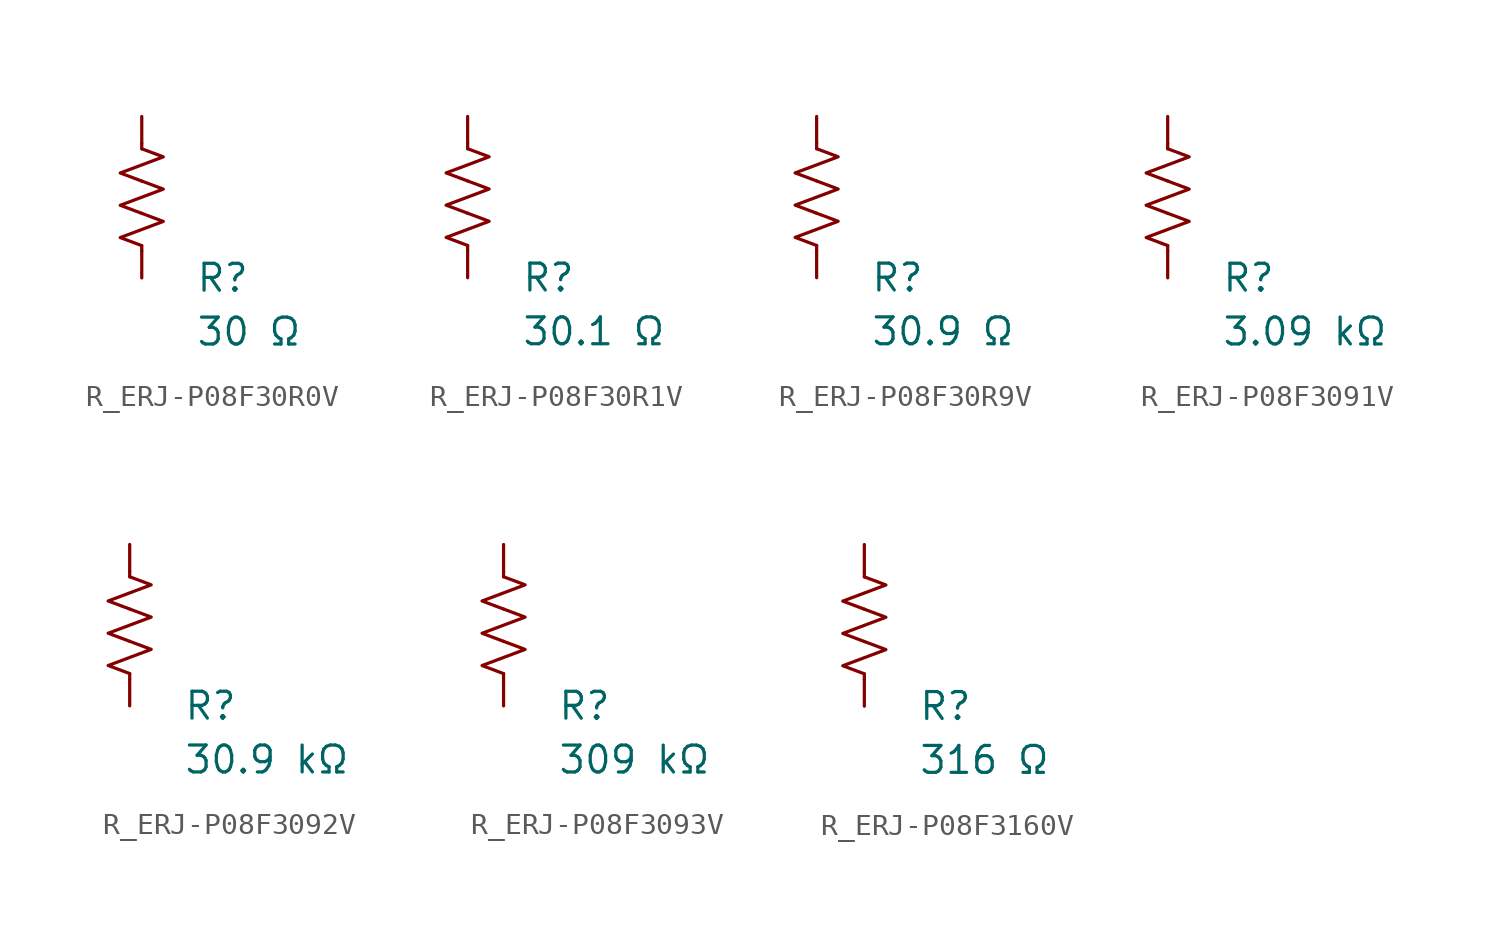
<source format=kicad_sym>
(kicad_symbol_lib
  (version 20231120)
  (generator "kicad_symbol_editor")
  (generator_version "8.0")
  (symbol "R_ERJ-P08F30R0V"
    (pin_numbers hide)
    (pin_names
      (offset 0))
    (property "Reference" "R"
      (at 2.54 -3.81 0)
      (effects (font (size 1.27 1.27)) (justify left))
      (show_name no))
    (property "Value" "30 Ω"
      (at 2.54 -6.35 0)
      (effects (font (size 1.27 1.27)) (justify left))
      (show_name no))
    (symbol "R_ERJ-P08F30R0V_0_1"
      (polyline (pts (xy 0 -2.286) (xy 0 -2.54)) (stroke (width 0) (type default)) (fill (type none)))
      (polyline (pts (xy 0 2.286) (xy 0 2.54)) (stroke (width 0) (type default)) (fill (type none)))
      (polyline (pts (xy 0 -0.762) (xy 1.016 -1.143) (xy 0 -1.524) (xy -1.016 -1.905) (xy 0 -2.286)) (stroke (width 0) (type default)) (fill (type none)))
      (polyline (pts (xy 0 0.762) (xy 1.016 0.381) (xy 0 0) (xy -1.016 -0.381) (xy 0 -0.762)) (stroke (width 0) (type default)) (fill (type none)))
      (polyline (pts (xy 0 2.286) (xy 1.016 1.905) (xy 0 1.524) (xy -1.016 1.143) (xy 0 0.762)) (stroke (width 0) (type default)) (fill (type none))))
    (symbol "R_ERJ-P08F30R0V_1_1"
      (pin passive line (at 0 3.81 270) (length 1.27) (name "~" (effects (font (size 1.27 1.27)))) (number "1" (effects (font (size 1.27 1.27)))))
      (pin passive line (at 0 -3.81 90) (length 1.27) (name "~" (effects (font (size 1.27 1.27)))) (number "2" (effects (font (size 1.27 1.27)))))))
  (symbol "R_ERJ-P08F30R1V"
    (pin_numbers hide)
    (pin_names
      (offset 0))
    (property "Reference" "R"
      (at 2.54 -3.81 0)
      (effects (font (size 1.27 1.27)) (justify left))
      (show_name no))
    (property "Value" "30.1 Ω"
      (at 2.54 -6.35 0)
      (effects (font (size 1.27 1.27)) (justify left))
      (show_name no))
    (symbol "R_ERJ-P08F30R1V_0_1"
      (polyline (pts (xy 0 -2.286) (xy 0 -2.54)) (stroke (width 0) (type default)) (fill (type none)))
      (polyline (pts (xy 0 2.286) (xy 0 2.54)) (stroke (width 0) (type default)) (fill (type none)))
      (polyline (pts (xy 0 -0.762) (xy 1.016 -1.143) (xy 0 -1.524) (xy -1.016 -1.905) (xy 0 -2.286)) (stroke (width 0) (type default)) (fill (type none)))
      (polyline (pts (xy 0 0.762) (xy 1.016 0.381) (xy 0 0) (xy -1.016 -0.381) (xy 0 -0.762)) (stroke (width 0) (type default)) (fill (type none)))
      (polyline (pts (xy 0 2.286) (xy 1.016 1.905) (xy 0 1.524) (xy -1.016 1.143) (xy 0 0.762)) (stroke (width 0) (type default)) (fill (type none))))
    (symbol "R_ERJ-P08F30R1V_1_1"
      (pin passive line (at 0 3.81 270) (length 1.27) (name "~" (effects (font (size 1.27 1.27)))) (number "1" (effects (font (size 1.27 1.27)))))
      (pin passive line (at 0 -3.81 90) (length 1.27) (name "~" (effects (font (size 1.27 1.27)))) (number "2" (effects (font (size 1.27 1.27)))))))
  (symbol "R_ERJ-P08F30R9V"
    (pin_numbers hide)
    (pin_names
      (offset 0))
    (property "Reference" "R"
      (at 2.54 -3.81 0)
      (effects (font (size 1.27 1.27)) (justify left))
      (show_name no))
    (property "Value" "30.9 Ω"
      (at 2.54 -6.35 0)
      (effects (font (size 1.27 1.27)) (justify left))
      (show_name no))
    (symbol "R_ERJ-P08F30R9V_0_1"
      (polyline (pts (xy 0 -2.286) (xy 0 -2.54)) (stroke (width 0) (type default)) (fill (type none)))
      (polyline (pts (xy 0 2.286) (xy 0 2.54)) (stroke (width 0) (type default)) (fill (type none)))
      (polyline (pts (xy 0 -0.762) (xy 1.016 -1.143) (xy 0 -1.524) (xy -1.016 -1.905) (xy 0 -2.286)) (stroke (width 0) (type default)) (fill (type none)))
      (polyline (pts (xy 0 0.762) (xy 1.016 0.381) (xy 0 0) (xy -1.016 -0.381) (xy 0 -0.762)) (stroke (width 0) (type default)) (fill (type none)))
      (polyline (pts (xy 0 2.286) (xy 1.016 1.905) (xy 0 1.524) (xy -1.016 1.143) (xy 0 0.762)) (stroke (width 0) (type default)) (fill (type none))))
    (symbol "R_ERJ-P08F30R9V_1_1"
      (pin passive line (at 0 3.81 270) (length 1.27) (name "~" (effects (font (size 1.27 1.27)))) (number "1" (effects (font (size 1.27 1.27)))))
      (pin passive line (at 0 -3.81 90) (length 1.27) (name "~" (effects (font (size 1.27 1.27)))) (number "2" (effects (font (size 1.27 1.27)))))))
  (symbol "R_ERJ-P08F3091V"
    (pin_numbers hide)
    (pin_names
      (offset 0))
    (property "Reference" "R"
      (at 2.54 -3.81 0)
      (effects (font (size 1.27 1.27)) (justify left))
      (show_name no))
    (property "Value" "3.09 kΩ"
      (at 2.54 -6.35 0)
      (effects (font (size 1.27 1.27)) (justify left))
      (show_name no))
    (symbol "R_ERJ-P08F3091V_0_1"
      (polyline (pts (xy 0 -2.286) (xy 0 -2.54)) (stroke (width 0) (type default)) (fill (type none)))
      (polyline (pts (xy 0 2.286) (xy 0 2.54)) (stroke (width 0) (type default)) (fill (type none)))
      (polyline (pts (xy 0 -0.762) (xy 1.016 -1.143) (xy 0 -1.524) (xy -1.016 -1.905) (xy 0 -2.286)) (stroke (width 0) (type default)) (fill (type none)))
      (polyline (pts (xy 0 0.762) (xy 1.016 0.381) (xy 0 0) (xy -1.016 -0.381) (xy 0 -0.762)) (stroke (width 0) (type default)) (fill (type none)))
      (polyline (pts (xy 0 2.286) (xy 1.016 1.905) (xy 0 1.524) (xy -1.016 1.143) (xy 0 0.762)) (stroke (width 0) (type default)) (fill (type none))))
    (symbol "R_ERJ-P08F3091V_1_1"
      (pin passive line (at 0 3.81 270) (length 1.27) (name "~" (effects (font (size 1.27 1.27)))) (number "1" (effects (font (size 1.27 1.27)))))
      (pin passive line (at 0 -3.81 90) (length 1.27) (name "~" (effects (font (size 1.27 1.27)))) (number "2" (effects (font (size 1.27 1.27)))))))
  (symbol "R_ERJ-P08F3092V"
    (pin_numbers hide)
    (pin_names
      (offset 0))
    (property "Reference" "R"
      (at 2.54 -3.81 0)
      (effects (font (size 1.27 1.27)) (justify left))
      (show_name no))
    (property "Value" "30.9 kΩ"
      (at 2.54 -6.35 0)
      (effects (font (size 1.27 1.27)) (justify left))
      (show_name no))
    (symbol "R_ERJ-P08F3092V_0_1"
      (polyline (pts (xy 0 -2.286) (xy 0 -2.54)) (stroke (width 0) (type default)) (fill (type none)))
      (polyline (pts (xy 0 2.286) (xy 0 2.54)) (stroke (width 0) (type default)) (fill (type none)))
      (polyline (pts (xy 0 -0.762) (xy 1.016 -1.143) (xy 0 -1.524) (xy -1.016 -1.905) (xy 0 -2.286)) (stroke (width 0) (type default)) (fill (type none)))
      (polyline (pts (xy 0 0.762) (xy 1.016 0.381) (xy 0 0) (xy -1.016 -0.381) (xy 0 -0.762)) (stroke (width 0) (type default)) (fill (type none)))
      (polyline (pts (xy 0 2.286) (xy 1.016 1.905) (xy 0 1.524) (xy -1.016 1.143) (xy 0 0.762)) (stroke (width 0) (type default)) (fill (type none))))
    (symbol "R_ERJ-P08F3092V_1_1"
      (pin passive line (at 0 3.81 270) (length 1.27) (name "~" (effects (font (size 1.27 1.27)))) (number "1" (effects (font (size 1.27 1.27)))))
      (pin passive line (at 0 -3.81 90) (length 1.27) (name "~" (effects (font (size 1.27 1.27)))) (number "2" (effects (font (size 1.27 1.27)))))))
  (symbol "R_ERJ-P08F3093V"
    (pin_numbers hide)
    (pin_names
      (offset 0))
    (property "Reference" "R"
      (at 2.54 -3.81 0)
      (effects (font (size 1.27 1.27)) (justify left))
      (show_name no))
    (property "Value" "309 kΩ"
      (at 2.54 -6.35 0)
      (effects (font (size 1.27 1.27)) (justify left))
      (show_name no))
    (symbol "R_ERJ-P08F3093V_0_1"
      (polyline (pts (xy 0 -2.286) (xy 0 -2.54)) (stroke (width 0) (type default)) (fill (type none)))
      (polyline (pts (xy 0 2.286) (xy 0 2.54)) (stroke (width 0) (type default)) (fill (type none)))
      (polyline (pts (xy 0 -0.762) (xy 1.016 -1.143) (xy 0 -1.524) (xy -1.016 -1.905) (xy 0 -2.286)) (stroke (width 0) (type default)) (fill (type none)))
      (polyline (pts (xy 0 0.762) (xy 1.016 0.381) (xy 0 0) (xy -1.016 -0.381) (xy 0 -0.762)) (stroke (width 0) (type default)) (fill (type none)))
      (polyline (pts (xy 0 2.286) (xy 1.016 1.905) (xy 0 1.524) (xy -1.016 1.143) (xy 0 0.762)) (stroke (width 0) (type default)) (fill (type none))))
    (symbol "R_ERJ-P08F3093V_1_1"
      (pin passive line (at 0 3.81 270) (length 1.27) (name "~" (effects (font (size 1.27 1.27)))) (number "1" (effects (font (size 1.27 1.27)))))
      (pin passive line (at 0 -3.81 90) (length 1.27) (name "~" (effects (font (size 1.27 1.27)))) (number "2" (effects (font (size 1.27 1.27)))))))
  (symbol "R_ERJ-P08F3160V"
    (pin_numbers hide)
    (pin_names
      (offset 0))
    (property "Reference" "R"
      (at 2.54 -3.81 0)
      (effects (font (size 1.27 1.27)) (justify left))
      (show_name no))
    (property "Value" "316 Ω"
      (at 2.54 -6.35 0)
      (effects (font (size 1.27 1.27)) (justify left))
      (show_name no))
    (symbol "R_ERJ-P08F3160V_0_1"
      (polyline (pts (xy 0 -2.286) (xy 0 -2.54)) (stroke (width 0) (type default)) (fill (type none)))
      (polyline (pts (xy 0 2.286) (xy 0 2.54)) (stroke (width 0) (type default)) (fill (type none)))
      (polyline (pts (xy 0 -0.762) (xy 1.016 -1.143) (xy 0 -1.524) (xy -1.016 -1.905) (xy 0 -2.286)) (stroke (width 0) (type default)) (fill (type none)))
      (polyline (pts (xy 0 0.762) (xy 1.016 0.381) (xy 0 0) (xy -1.016 -0.381) (xy 0 -0.762)) (stroke (width 0) (type default)) (fill (type none)))
      (polyline (pts (xy 0 2.286) (xy 1.016 1.905) (xy 0 1.524) (xy -1.016 1.143) (xy 0 0.762)) (stroke (width 0) (type default)) (fill (type none))))
    (symbol "R_ERJ-P08F3160V_1_1"
      (pin passive line (at 0 3.81 270) (length 1.27) (name "~" (effects (font (size 1.27 1.27)))) (number "1" (effects (font (size 1.27 1.27)))))
      (pin passive line (at 0 -3.81 90) (length 1.27) (name "~" (effects (font (size 1.27 1.27)))) (number "2" (effects (font (size 1.27 1.27))))))))
</source>
